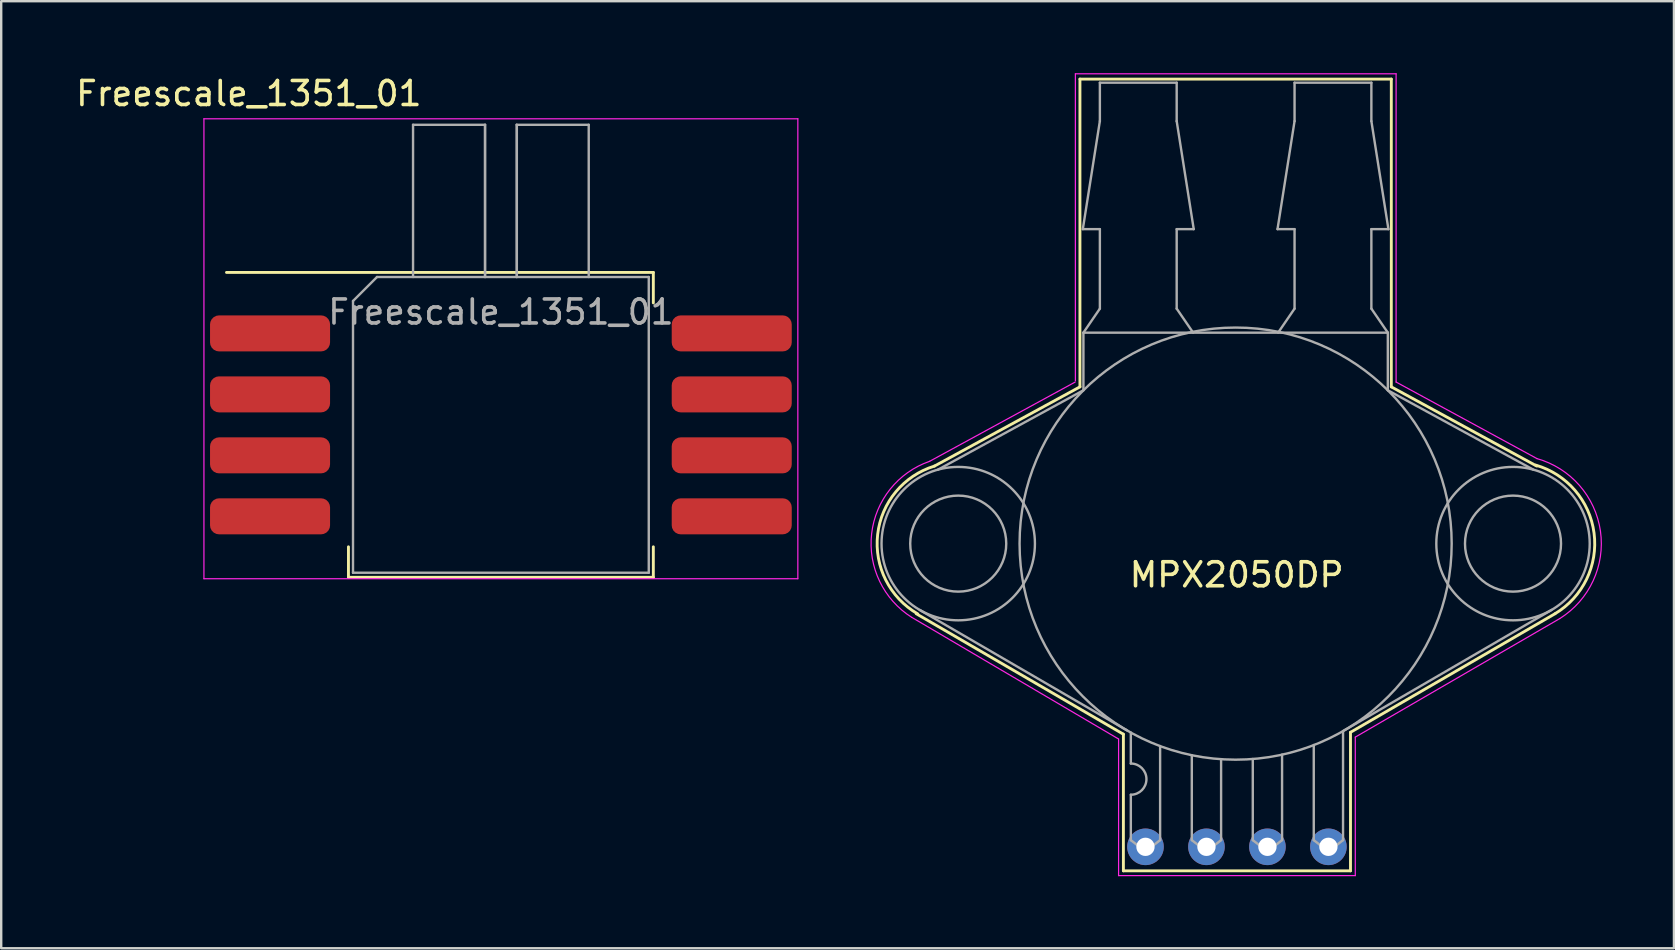
<source format=kicad_pcb>
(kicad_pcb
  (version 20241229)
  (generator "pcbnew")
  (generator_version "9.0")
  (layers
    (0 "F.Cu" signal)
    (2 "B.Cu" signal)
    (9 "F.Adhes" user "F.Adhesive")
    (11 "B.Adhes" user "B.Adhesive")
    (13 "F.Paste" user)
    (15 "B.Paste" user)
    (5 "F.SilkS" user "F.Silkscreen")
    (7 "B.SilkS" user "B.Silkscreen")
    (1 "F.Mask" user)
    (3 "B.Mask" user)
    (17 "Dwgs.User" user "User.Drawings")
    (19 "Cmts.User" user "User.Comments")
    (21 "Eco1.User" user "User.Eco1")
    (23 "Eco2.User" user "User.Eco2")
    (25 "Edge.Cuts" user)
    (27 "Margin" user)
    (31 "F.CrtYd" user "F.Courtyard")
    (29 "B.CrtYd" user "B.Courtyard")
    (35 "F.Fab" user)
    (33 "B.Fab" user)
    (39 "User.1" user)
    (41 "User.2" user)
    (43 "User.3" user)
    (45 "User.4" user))
  (footprint "Freescale_1351_01"
    (layer "F.Cu")
    (at 17.815 14.648)
    (property "Reference" "Freescale_1351_01" (at -10.5 -13.8 0) (layer "F.SilkS") (effects (font (size 1 1) (thickness 0.15))))
    (attr through_hole)
    (fp_line (start -6.35 5.08) (end -6.35 6.35) (stroke (width 0.12) (type solid)) (layer "F.SilkS"))
    (fp_line (start -6.35 6.35) (end 6.35 6.35) (stroke (width 0.12) (type solid)) (layer "F.SilkS"))
    (fp_line (start 6.35 -6.35) (end -11.43 -6.35) (stroke (width 0.12) (type solid)) (layer "F.SilkS"))
    (fp_line (start 6.35 -5.08) (end 6.35 -6.35) (stroke (width 0.12) (type solid)) (layer "F.SilkS"))
    (fp_line (start 6.35 6.35) (end 6.35 5.08) (stroke (width 0.12) (type solid)) (layer "F.SilkS"))
    (fp_line (start -12.37 -12.75) (end -12.37 6.41) (stroke (width 0.05) (type solid)) (layer "F.CrtYd"))
    (fp_line (start -12.37 -12.75) (end 12.37 -12.75) (stroke (width 0.05) (type solid)) (layer "F.CrtYd"))
    (fp_line (start 12.37 -12.75) (end 12.37 6.41) (stroke (width 0.05) (type solid)) (layer "F.CrtYd"))
    (fp_line (start 12.37 6.41) (end -12.37 6.41) (stroke (width 0.05) (type solid)) (layer "F.CrtYd"))
    (fp_line (start -6.16 -5.16) (end -6.16 6.16) (stroke (width 0.1) (type solid)) (layer "F.Fab"))
    (fp_line (start -6.16 -5.16) (end -5.16 -6.16) (stroke (width 0.1) (type solid)) (layer "F.Fab"))
    (fp_line (start -5.16 -6.16) (end 6.16 -6.16) (stroke (width 0.1) (type solid)) (layer "F.Fab"))
    (fp_line (start -3.659 -12.5) (end -0.659 -12.5) (stroke (width 0.1) (type solid)) (layer "F.Fab"))
    (fp_line (start -3.659 -6.16) (end -3.659 -12.5) (stroke (width 0.1) (type solid)) (layer "F.Fab"))
    (fp_line (start -0.659 -12.5) (end -0.659 -6.16) (stroke (width 0.11) (type solid)) (layer "F.Fab"))
    (fp_line (start 0.659 -12.5) (end 3.659 -12.5) (stroke (width 0.1) (type solid)) (layer "F.Fab"))
    (fp_line (start 0.659 -6.16) (end 0.659 -12.5) (stroke (width 0.11) (type solid)) (layer "F.Fab"))
    (fp_line (start 3.659 -6.16) (end 3.659 -12.5) (stroke (width 0.1) (type solid)) (layer "F.Fab"))
    (fp_line (start 6.16 -6.16) (end 6.16 6.16) (stroke (width 0.1) (type solid)) (layer "F.Fab"))
    (fp_line (start 6.16 6.16) (end -6.16 6.16) (stroke (width 0.1) (type solid)) (layer "F.Fab"))
    (fp_text user "${REFERENCE}" (at 0 -4.7 0) (layer "F.Fab") (effects (font (size 1 1) (thickness 0.15))))
    (pad "1" smd roundrect (at -9.616 -3.81) (size 5 1.5) (layers "F.Cu" "F.Mask" "F.Paste") (roundrect_rratio 0.25))
    (pad "2" smd roundrect (at -9.616 -1.27) (size 5 1.5) (layers "F.Cu" "F.Mask" "F.Paste") (roundrect_rratio 0.25))
    (pad "3" smd roundrect (at -9.616 1.27) (size 5 1.5) (layers "F.Cu" "F.Mask" "F.Paste") (roundrect_rratio 0.25))
    (pad "4" smd roundrect (at -9.616 3.81) (size 5 1.5) (layers "F.Cu" "F.Mask" "F.Paste") (roundrect_rratio 0.25))
    (pad "5" smd roundrect (at 9.616 -3.81) (size 5 1.5) (layers "F.Cu" "F.Mask" "F.Paste") (roundrect_rratio 0.25))
    (pad "6" smd roundrect (at 9.616 -1.27) (size 5 1.5) (layers "F.Cu" "F.Mask" "F.Paste") (roundrect_rratio 0.25))
    (pad "7" smd roundrect (at 9.616 1.27) (size 5 1.5) (layers "F.Cu" "F.Mask" "F.Paste") (roundrect_rratio 0.25))
    (pad "8" smd roundrect (at 9.616 3.81) (size 5 1.5) (layers "F.Cu" "F.Mask" "F.Paste") (roundrect_rratio 0.25)))
  (footprint "MPX2050DP"
    (layer "F.Cu")
    (at 48.476 32.225)
    (property "Reference" "MPX2050DP" (at -0.01 -11.33 0) (layer "F.SilkS") (effects (font (size 1 1) (thickness 0.15))))
    (attr through_hole)
    (fp_line (start -12.6 -15.86) (end -6.54 -19.16) (stroke (width 0.12) (type solid)) (layer "F.SilkS"))
    (fp_line (start -6.54 -31.98) (end 6.43 -31.98) (stroke (width 0.12) (type solid)) (layer "F.SilkS"))
    (fp_line (start -6.54 -19.16) (end -6.54 -31.98) (stroke (width 0.12) (type solid)) (layer "F.SilkS"))
    (fp_line (start -4.73 -4.69) (end -13.36 -9.71) (stroke (width 0.12) (type solid)) (layer "F.SilkS"))
    (fp_line (start -4.73 1) (end -4.73 -4.69) (stroke (width 0.12) (type solid)) (layer "F.SilkS"))
    (fp_line (start 4.73 -4.77) (end 13.25 -9.71) (stroke (width 0.12) (type solid)) (layer "F.SilkS"))
    (fp_line (start 4.73 1) (end -4.73 1) (stroke (width 0.12) (type solid)) (layer "F.SilkS"))
    (fp_line (start 4.73 1) (end 4.73 -4.77) (stroke (width 0.12) (type solid)) (layer "F.SilkS"))
    (fp_line (start 6.43 -31.98) (end 6.43 -19.16) (stroke (width 0.12) (type solid)) (layer "F.SilkS"))
    (fp_line (start 6.43 -19.16) (end 12.49 -15.86) (stroke (width 0.12) (type solid)) (layer "F.SilkS"))
    (fp_arc (start -13.297094 -9.703105) (mid -14.966866 -13.01007) (end -12.6 -15.86) (stroke (width 0.12) (type solid)) (layer "F.SilkS"))
    (fp_arc (start 12.442056 -15.901304) (mid 14.875626 -13.070508) (end 13.25 -9.71) (stroke (width 0.12) (type solid)) (layer "F.SilkS"))
    (fp_line (start -12.8 -16.06) (end -6.74 -19.36) (stroke (width 0.05) (type solid)) (layer "F.CrtYd"))
    (fp_line (start -6.73 -32.2) (end 6.63 -32.2) (stroke (width 0.05) (type solid)) (layer "F.CrtYd"))
    (fp_line (start -6.73 -19.41) (end -6.73 -32.2) (stroke (width 0.05) (type solid)) (layer "F.CrtYd"))
    (fp_line (start -4.93 -4.49) (end -13.542 -9.556) (stroke (width 0.05) (type solid)) (layer "F.CrtYd"))
    (fp_line (start -4.93 1.2) (end -4.93 -4.49) (stroke (width 0.05) (type solid)) (layer "F.CrtYd"))
    (fp_line (start 4.93 -4.57) (end 13.45 -9.51) (stroke (width 0.05) (type solid)) (layer "F.CrtYd"))
    (fp_line (start 4.93 1.2) (end -4.93 1.2) (stroke (width 0.05) (type solid)) (layer "F.CrtYd"))
    (fp_line (start 4.93 1.2) (end 4.93 -4.57) (stroke (width 0.05) (type solid)) (layer "F.CrtYd"))
    (fp_line (start 6.63 -32.2) (end 6.63 -19.36) (stroke (width 0.05) (type solid)) (layer "F.CrtYd"))
    (fp_line (start 6.63 -19.36) (end 12.5 -16.17) (stroke (width 0.05) (type solid)) (layer "F.CrtYd"))
    (fp_arc (start -13.542288 -9.55636) (mid -15.217146 -13.041699) (end -12.8 -16.06) (stroke (width 0.05) (type solid)) (layer "F.CrtYd"))
    (fp_arc (start 12.490743 -16.173349) (mid 15.141709 -13.154261) (end 13.449999 -9.510001) (stroke (width 0.05) (type solid)) (layer "F.CrtYd"))
    (fp_line (start -13.215 -9.867) (end -4.576 -4.848) (stroke (width 0.1) (type solid)) (layer "F.Fab"))
    (fp_line (start -12.455 -15.711) (end -6.395 -19.018) (stroke (width 0.1) (type solid)) (layer "F.Fab"))
    (fp_line (start -6.42 -25.73) (end -5.71 -25.73) (stroke (width 0.1) (type solid)) (layer "F.Fab"))
    (fp_line (start -6.395 -21.418) (end -6.395 -19.018) (stroke (width 0.1) (type solid)) (layer "F.Fab"))
    (fp_line (start -5.71 -31.83) (end -5.71 -30.23) (stroke (width 0.1) (type solid)) (layer "F.Fab"))
    (fp_line (start -5.71 -30.23) (end -6.42 -25.73) (stroke (width 0.1) (type solid)) (layer "F.Fab"))
    (fp_line (start -5.71 -25.73) (end -5.71 -22.418) (stroke (width 0.1) (type solid)) (layer "F.Fab"))
    (fp_line (start -5.71 -22.418) (end -6.395 -21.418) (stroke (width 0.1) (type solid)) (layer "F.Fab"))
    (fp_line (start -4.42 -4.759) (end -4.42 -3.469) (stroke (width 0.1) (type solid)) (layer "F.Fab"))
    (fp_line (start -4.42 -0.279) (end -4.42 -2.169) (stroke (width 0.1) (type solid)) (layer "F.Fab"))
    (fp_line (start -4.06 0.001) (end -4.42 -0.279) (stroke (width 0.1) (type solid)) (layer "F.Fab"))
    (fp_line (start -3.56 0.001) (end -4.06 0.001) (stroke (width 0.1) (type solid)) (layer "F.Fab"))
    (fp_line (start -3.2 -4.197) (end -3.2 -0.279) (stroke (width 0.1) (type solid)) (layer "F.Fab"))
    (fp_line (start -3.2 -0.279) (end -3.56 0.001) (stroke (width 0.1) (type solid)) (layer "F.Fab"))
    (fp_line (start -2.51 -31.83) (end -5.71 -31.83) (stroke (width 0.1) (type solid)) (layer "F.Fab"))
    (fp_line (start -2.51 -30.23) (end -2.51 -31.83) (stroke (width 0.1) (type solid)) (layer "F.Fab"))
    (fp_line (start -2.51 -25.73) (end -1.8 -25.73) (stroke (width 0.1) (type solid)) (layer "F.Fab"))
    (fp_line (start -2.51 -22.418) (end -2.51 -25.73) (stroke (width 0.1) (type solid)) (layer "F.Fab"))
    (fp_line (start -1.88 -3.817) (end -1.88 -0.279) (stroke (width 0.1) (type solid)) (layer "F.Fab"))
    (fp_line (start -1.88 -0.279) (end -1.52 0.001) (stroke (width 0.1) (type solid)) (layer "F.Fab"))
    (fp_line (start -1.825 -21.418) (end -2.51 -22.418) (stroke (width 0.1) (type solid)) (layer "F.Fab"))
    (fp_line (start -1.8 -25.73) (end -2.51 -30.23) (stroke (width 0.1) (type solid)) (layer "F.Fab"))
    (fp_line (start -1.52 0.001) (end -1.02 0.001) (stroke (width 0.1) (type solid)) (layer "F.Fab"))
    (fp_line (start -1.02 0.001) (end -0.66 -0.279) (stroke (width 0.1) (type solid)) (layer "F.Fab"))
    (fp_line (start -0.66 -0.279) (end -0.66 -3.65) (stroke (width 0.1) (type solid)) (layer "F.Fab"))
    (fp_line (start 0.66 -3.658) (end 0.66 -0.279) (stroke (width 0.1) (type solid)) (layer "F.Fab"))
    (fp_line (start 0.66 -0.279) (end 1.02 0.001) (stroke (width 0.1) (type solid)) (layer "F.Fab"))
    (fp_line (start 1.02 0.001) (end 1.52 0.001) (stroke (width 0.1) (type solid)) (layer "F.Fab"))
    (fp_line (start 1.52 0.001) (end 1.88 -0.279) (stroke (width 0.1) (type solid)) (layer "F.Fab"))
    (fp_line (start 1.69 -25.73) (end 2.4 -25.73) (stroke (width 0.1) (type solid)) (layer "F.Fab"))
    (fp_line (start 1.88 -0.279) (end 1.88 -3.841) (stroke (width 0.1) (type solid)) (layer "F.Fab"))
    (fp_line (start 2.4 -31.83) (end 2.4 -30.23) (stroke (width 0.1) (type solid)) (layer "F.Fab"))
    (fp_line (start 2.4 -30.23) (end 1.69 -25.73) (stroke (width 0.1) (type solid)) (layer "F.Fab"))
    (fp_line (start 2.4 -25.73) (end 2.4 -22.418) (stroke (width 0.1) (type solid)) (layer "F.Fab"))
    (fp_line (start 2.4 -22.418) (end 1.715 -21.418) (stroke (width 0.1) (type solid)) (layer "F.Fab"))
    (fp_line (start 3.2 -4.239) (end 3.2 -0.279) (stroke (width 0.1) (type solid)) (layer "F.Fab"))
    (fp_line (start 3.2 -0.279) (end 3.56 0.001) (stroke (width 0.1) (type solid)) (layer "F.Fab"))
    (fp_line (start 3.56 0.001) (end 4.06 0.001) (stroke (width 0.1) (type solid)) (layer "F.Fab"))
    (fp_line (start 4.06 0.001) (end 4.42 -0.279) (stroke (width 0.1) (type solid)) (layer "F.Fab"))
    (fp_line (start 4.42 -0.279) (end 4.42 -4.821) (stroke (width 0.1) (type solid)) (layer "F.Fab"))
    (fp_line (start 5.6 -31.83) (end 2.4 -31.83) (stroke (width 0.1) (type solid)) (layer "F.Fab"))
    (fp_line (start 5.6 -31.83) (end 5.6 -30.23) (stroke (width 0.1) (type solid)) (layer "F.Fab"))
    (fp_line (start 5.6 -30.23) (end 6.31 -25.73) (stroke (width 0.1) (type solid)) (layer "F.Fab"))
    (fp_line (start 5.6 -25.73) (end 5.6 -22.418) (stroke (width 0.1) (type solid)) (layer "F.Fab"))
    (fp_line (start 5.6 -22.418) (end 6.285 -21.418) (stroke (width 0.1) (type solid)) (layer "F.Fab"))
    (fp_line (start 6.285 -21.418) (end -6.395 -21.418) (stroke (width 0.1) (type solid)) (layer "F.Fab"))
    (fp_line (start 6.285 -19.018) (end 6.285 -21.418) (stroke (width 0.1) (type solid)) (layer "F.Fab"))
    (fp_line (start 6.285 -19.018) (end 12.345 -15.711) (stroke (width 0.1) (type solid)) (layer "F.Fab"))
    (fp_line (start 6.31 -25.73) (end 5.6 -25.73) (stroke (width 0.1) (type solid)) (layer "F.Fab"))
    (fp_line (start 13.105 -9.867) (end 4.466 -4.848) (stroke (width 0.1) (type solid)) (layer "F.Fab"))
    (fp_arc (start -4.42 -3.4694) (mid -3.77 -2.8194) (end -4.42 -2.1694) (stroke (width 0.1) (type solid)) (layer "F.Fab"))
    (fp_circle (center -11.61 -12.63) (end -9.61 -12.63) (stroke (width 0.1) (type solid)) (fill no) (layer "F.Fab"))
    (fp_circle (center -11.61 -12.63) (end -8.415 -12.63) (stroke (width 0.1) (type solid)) (fill no) (layer "F.Fab"))
    (fp_circle (center -0.055 -12.63) (end 8.945 -12.63) (stroke (width 0.1) (type solid)) (fill no) (layer "F.Fab"))
    (fp_circle (center 11.5 -12.63) (end 13.5 -12.63) (stroke (width 0.1) (type solid)) (fill no) (layer "F.Fab"))
    (fp_circle (center 11.5 -12.63) (end 14.695 -12.63) (stroke (width 0.1) (type solid)) (fill no) (layer "F.Fab"))
    (pad "1" thru_hole circle (at -3.81 0) (size 1.524 1.524) (drill 0.762) (layers "*.Cu" "*.Mask"))
    (pad "2" thru_hole circle (at -1.27 0) (size 1.524 1.524) (drill 0.762) (layers "*.Cu" "*.Mask"))
    (pad "3" thru_hole circle (at 1.27 0) (size 1.524 1.524) (drill 0.762) (layers "*.Cu" "*.Mask"))
    (pad "4" thru_hole circle (at 3.81 0) (size 1.524 1.524) (drill 0.762) (layers "*.Cu" "*.Mask")))
  (gr_rect
    (start -3 -3)
    (end 66.68 36.45)
    (stroke (width 0.1) (type default))
    (fill no)
    (layer "Edge.Cuts")))
</source>
